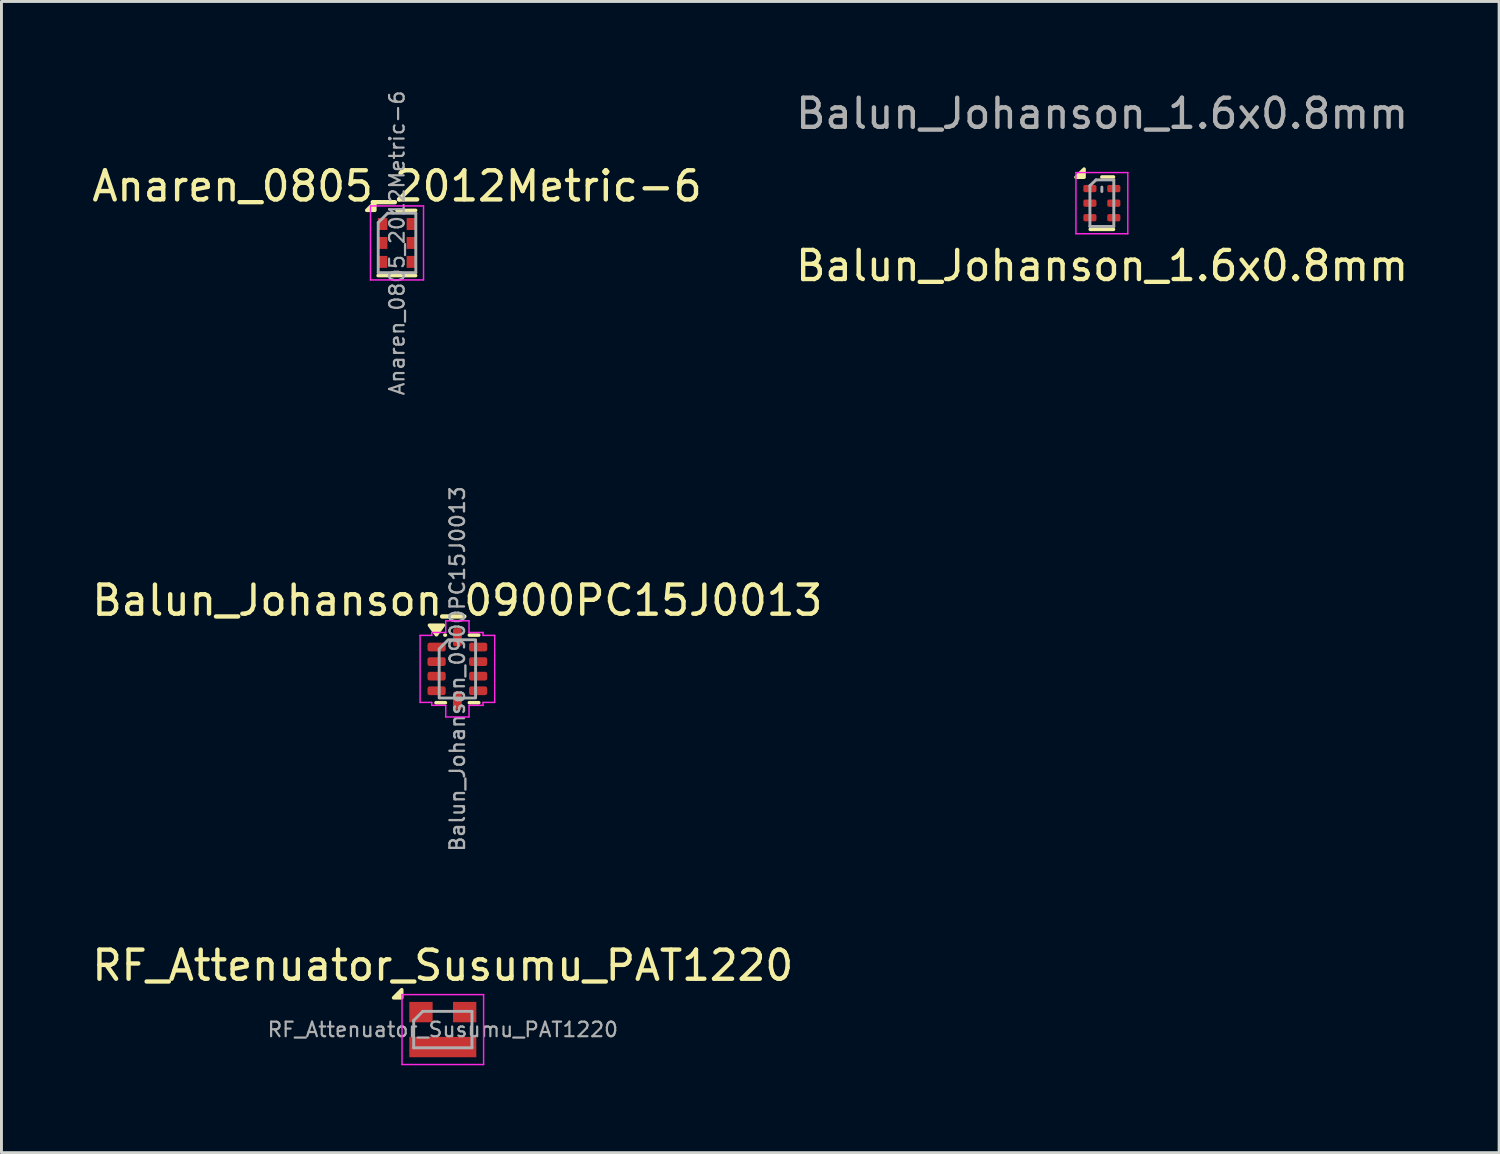
<source format=kicad_pcb>
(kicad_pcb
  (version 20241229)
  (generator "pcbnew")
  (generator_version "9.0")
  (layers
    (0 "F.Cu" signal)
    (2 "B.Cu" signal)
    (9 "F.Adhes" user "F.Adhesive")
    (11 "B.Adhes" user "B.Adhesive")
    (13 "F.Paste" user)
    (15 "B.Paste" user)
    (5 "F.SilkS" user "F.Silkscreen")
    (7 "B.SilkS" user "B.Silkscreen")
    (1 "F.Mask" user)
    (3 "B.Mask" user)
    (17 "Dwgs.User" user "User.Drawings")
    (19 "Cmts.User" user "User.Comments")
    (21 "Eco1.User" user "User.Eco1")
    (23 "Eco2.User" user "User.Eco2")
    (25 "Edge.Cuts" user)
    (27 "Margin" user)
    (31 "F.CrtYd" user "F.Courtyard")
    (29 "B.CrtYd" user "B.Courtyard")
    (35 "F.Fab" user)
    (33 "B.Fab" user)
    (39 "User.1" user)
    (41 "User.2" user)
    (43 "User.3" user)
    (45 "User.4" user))
  (footprint "Balun_Johanson_0900PC15J0013"
    (layer "F.Cu")
    (at 12.649 19.909)
    (property "Reference" "Balun_Johanson_0900PC15J0013" (at 0 -2.35 0) (layer "F.SilkS") (effects (font (size 1 1) (thickness 0.15))))
    (attr smd)
    (fp_line (start -0.431 -1.16) (end -0.41 -1.16) (stroke (width 0.12) (type solid)) (layer "F.SilkS"))
    (fp_line (start -0.41 1.16) (end -0.735 1.16) (stroke (width 0.12) (type solid)) (layer "F.SilkS"))
    (fp_line (start 0.41 -1.16) (end 0.735 -1.16) (stroke (width 0.12) (type solid)) (layer "F.SilkS"))
    (fp_line (start 0.735 1.16) (end 0.41 1.16) (stroke (width 0.12) (type solid)) (layer "F.SilkS"))
    (fp_poly (pts (xy -0.72 -1.17) (xy -0.96 -1.5) (xy -0.48 -1.5)) (stroke (width 0.12) (type solid)) (fill yes) (layer "F.SilkS"))
    (fp_line (start -1.28 -1.15) (end -0.88 -1.15) (stroke (width 0.05) (type solid)) (layer "F.CrtYd"))
    (fp_line (start -1.28 1.15) (end -1.28 -1.15) (stroke (width 0.05) (type solid)) (layer "F.CrtYd"))
    (fp_line (start -0.88 -1.25) (end -0.4 -1.25) (stroke (width 0.05) (type solid)) (layer "F.CrtYd"))
    (fp_line (start -0.88 -1.15) (end -0.88 -1.25) (stroke (width 0.05) (type solid)) (layer "F.CrtYd"))
    (fp_line (start -0.88 1.15) (end -1.28 1.15) (stroke (width 0.05) (type solid)) (layer "F.CrtYd"))
    (fp_line (start -0.88 1.25) (end -0.88 1.15) (stroke (width 0.05) (type solid)) (layer "F.CrtYd"))
    (fp_line (start -0.4 -1.65) (end 0.4 -1.65) (stroke (width 0.05) (type solid)) (layer "F.CrtYd"))
    (fp_line (start -0.4 -1.25) (end -0.4 -1.65) (stroke (width 0.05) (type solid)) (layer "F.CrtYd"))
    (fp_line (start -0.4 1.25) (end -0.88 1.25) (stroke (width 0.05) (type solid)) (layer "F.CrtYd"))
    (fp_line (start -0.4 1.65) (end -0.4 1.25) (stroke (width 0.05) (type solid)) (layer "F.CrtYd"))
    (fp_line (start 0.4 -1.65) (end 0.4 -1.25) (stroke (width 0.05) (type solid)) (layer "F.CrtYd"))
    (fp_line (start 0.4 -1.25) (end 0.88 -1.25) (stroke (width 0.05) (type solid)) (layer "F.CrtYd"))
    (fp_line (start 0.4 1.25) (end 0.4 1.65) (stroke (width 0.05) (type solid)) (layer "F.CrtYd"))
    (fp_line (start 0.4 1.65) (end -0.4 1.65) (stroke (width 0.05) (type solid)) (layer "F.CrtYd"))
    (fp_line (start 0.88 -1.25) (end 0.88 -1.15) (stroke (width 0.05) (type solid)) (layer "F.CrtYd"))
    (fp_line (start 0.88 -1.15) (end 1.28 -1.15) (stroke (width 0.05) (type solid)) (layer "F.CrtYd"))
    (fp_line (start 0.88 1.15) (end 0.88 1.25) (stroke (width 0.05) (type solid)) (layer "F.CrtYd"))
    (fp_line (start 0.88 1.25) (end 0.4 1.25) (stroke (width 0.05) (type solid)) (layer "F.CrtYd"))
    (fp_line (start 1.28 -1.15) (end 1.28 1.15) (stroke (width 0.05) (type solid)) (layer "F.CrtYd"))
    (fp_line (start 1.28 1.15) (end 0.88 1.15) (stroke (width 0.05) (type solid)) (layer "F.CrtYd"))
    (fp_poly (pts (xy -0.625 -0.688) (xy -0.625 1) (xy 0.625 1) (xy 0.625 -1) (xy -0.312 -1)) (stroke (width 0.1) (type solid)) (fill no) (layer "F.Fab"))
    (fp_text user "${REFERENCE}" (at 0 0 90) (layer "F.Fab") (effects (font (size 0.5 0.5) (thickness 0.08))))
    (pad "1" smd roundrect (at -0.713 -0.75) (size 0.625 0.3) (layers "F.Cu" "F.Mask" "F.Paste") (roundrect_rratio 0.25))
    (pad "2" smd roundrect (at -0.713 -0.25) (size 0.625 0.3) (layers "F.Cu" "F.Mask" "F.Paste") (roundrect_rratio 0.25))
    (pad "3" smd roundrect (at -0.713 0.25) (size 0.625 0.3) (layers "F.Cu" "F.Mask" "F.Paste") (roundrect_rratio 0.25))
    (pad "4" smd roundrect (at -0.713 0.75) (size 0.625 0.3) (layers "F.Cu" "F.Mask" "F.Paste") (roundrect_rratio 0.25))
    (pad "5" smd roundrect (at 0 1.087) (size 0.3 0.625) (layers "F.Cu" "F.Mask" "F.Paste") (roundrect_rratio 0.25))
    (pad "6" smd roundrect (at 0.713 0.75) (size 0.625 0.3) (layers "F.Cu" "F.Mask" "F.Paste") (roundrect_rratio 0.25))
    (pad "7" smd roundrect (at 0.713 0.25) (size 0.625 0.3) (layers "F.Cu" "F.Mask" "F.Paste") (roundrect_rratio 0.25))
    (pad "8" smd roundrect (at 0.713 -0.25) (size 0.625 0.3) (layers "F.Cu" "F.Mask" "F.Paste") (roundrect_rratio 0.25))
    (pad "9" smd roundrect (at 0.713 -0.75) (size 0.625 0.3) (layers "F.Cu" "F.Mask" "F.Paste") (roundrect_rratio 0.25))
    (pad "10" smd roundrect (at 0 -1.087) (size 0.3 0.625) (layers "F.Cu" "F.Mask" "F.Paste") (roundrect_rratio 0.25)))
  (footprint "Balun_Johanson_1.6x0.8mm"
    (layer "F.Cu")
    (at 34.77 3.923)
    (property "Reference" "Balun_Johanson_1.6x0.8mm" (at 0.01 2.15 0) (layer "F.SilkS") (effects (font (size 1 1) (thickness 0.15))))
    (attr smd)
    (fp_line (start -0.4 0.9) (end 0.4 0.9) (stroke (width 0.12) (type solid)) (layer "F.SilkS"))
    (fp_line (start 0 -0.9) (end 0.4 -0.9) (stroke (width 0.12) (type solid)) (layer "F.SilkS"))
    (fp_poly (pts (xy -0.61 -0.89) (xy -0.89 -0.89) (xy -0.61 -1.17) (xy -0.61 -0.89)) (stroke (width 0.12) (type solid)) (fill yes) (layer "F.SilkS"))
    (fp_line (start -0.89 -1.05) (end 0.89 -1.05) (stroke (width 0.05) (type solid)) (layer "F.CrtYd"))
    (fp_line (start -0.89 1.05) (end -0.89 -1.05) (stroke (width 0.05) (type solid)) (layer "F.CrtYd"))
    (fp_line (start 0.89 -1.05) (end 0.89 1.05) (stroke (width 0.05) (type solid)) (layer "F.CrtYd"))
    (fp_line (start 0.89 1.05) (end -0.89 1.05) (stroke (width 0.05) (type solid)) (layer "F.CrtYd"))
    (fp_line (start -0.41 -0.6) (end -0.41 0.8) (stroke (width 0.1) (type solid)) (layer "F.Fab"))
    (fp_line (start -0.41 -0.6) (end -0.2 -0.8) (stroke (width 0.1) (type solid)) (layer "F.Fab"))
    (fp_line (start -0.41 0.8) (end 0.41 0.8) (stroke (width 0.1) (type solid)) (layer "F.Fab"))
    (fp_line (start 0 -0.55) (end 0 -0.4) (stroke (width 0.1) (type solid)) (layer "F.Fab"))
    (fp_line (start 0.41 -0.8) (end -0.2 -0.8) (stroke (width 0.1) (type solid)) (layer "F.Fab"))
    (fp_line (start 0.41 0.8) (end 0.41 -0.8) (stroke (width 0.1) (type solid)) (layer "F.Fab"))
    (fp_text user "${REFERENCE}" (at 0.01 -3.075 0) (layer "F.Fab") (effects (font (size 1 1) (thickness 0.15))))
    (pad "1" smd roundrect (at -0.41 -0.5 180) (size 0.45 0.25) (layers "F.Cu" "F.Mask" "F.Paste") (roundrect_rratio 0.25))
    (pad "2" smd roundrect (at -0.41 0) (size 0.45 0.25) (layers "F.Cu" "F.Mask" "F.Paste") (roundrect_rratio 0.25))
    (pad "3" smd roundrect (at -0.41 0.5) (size 0.45 0.25) (layers "F.Cu" "F.Mask" "F.Paste") (roundrect_rratio 0.25))
    (pad "4" smd roundrect (at 0.41 0.5) (size 0.45 0.25) (layers "F.Cu" "F.Mask" "F.Paste") (roundrect_rratio 0.25))
    (pad "5" smd roundrect (at 0.41 0) (size 0.45 0.25) (layers "F.Cu" "F.Mask" "F.Paste") (roundrect_rratio 0.25))
    (pad "6" smd roundrect (at 0.41 -0.5) (size 0.45 0.25) (layers "F.Cu" "F.Mask" "F.Paste") (roundrect_rratio 0.25)))
  (footprint "RF_Attenuator_Susumu_PAT1220"
    (layer "F.Cu")
    (at 12.149 32.289)
    (property "Reference" "RF_Attenuator_Susumu_PAT1220" (at 0 -2.2 0) (layer "F.SilkS") (effects (font (size 1 1) (thickness 0.15))))
    (attr smd)
    (fp_poly (pts (xy -1.41 -1.09) (xy -1.69 -1.09) (xy -1.41 -1.37) (xy -1.41 -1.09)) (stroke (width 0.12) (type solid)) (fill yes) (layer "F.SilkS"))
    (fp_line (start -1.4 -1.2) (end 1.4 -1.2) (stroke (width 0.05) (type solid)) (layer "F.CrtYd"))
    (fp_line (start -1.4 1.2) (end -1.4 -1.2) (stroke (width 0.05) (type solid)) (layer "F.CrtYd"))
    (fp_line (start 1.4 -1.2) (end 1.4 1.2) (stroke (width 0.05) (type solid)) (layer "F.CrtYd"))
    (fp_line (start 1.4 1.2) (end -1.4 1.2) (stroke (width 0.05) (type solid)) (layer "F.CrtYd"))
    (fp_line (start -1 -0.312) (end -0.688 -0.625) (stroke (width 0.1) (type solid)) (layer "F.Fab"))
    (fp_line (start -1 0.625) (end -1 -0.312) (stroke (width 0.1) (type solid)) (layer "F.Fab"))
    (fp_line (start -0.688 -0.625) (end 1 -0.625) (stroke (width 0.1) (type solid)) (layer "F.Fab"))
    (fp_line (start 1 -0.625) (end 1 0.625) (stroke (width 0.1) (type solid)) (layer "F.Fab"))
    (fp_line (start 1 0.625) (end -1 0.625) (stroke (width 0.1) (type solid)) (layer "F.Fab"))
    (fp_text user "${REFERENCE}" (at 0 0 0) (layer "F.Fab") (effects (font (size 0.5 0.5) (thickness 0.075))))
    (pad "1" smd rect (at -0.75 -0.6) (size 0.8 0.7) (layers "F.Cu" "F.Mask" "F.Paste"))
    (pad "2" smd rect (at 0.75 -0.6) (size 0.8 0.7) (layers "F.Cu" "F.Mask" "F.Paste"))
    (pad "3" smd rect (at 0 0.6) (size 2.3 0.7) (layers "F.Cu" "F.Mask" "F.Paste")))
  (footprint "Anaren_0805_2012Metric-6"
    (layer "F.Cu")
    (at 10.577 5.289)
    (property "Reference" "Anaren_0805_2012Metric-6" (at 0 -1.95 0) (layer "F.SilkS") (effects (font (size 1 1) (thickness 0.15))))
    (attr smd)
    (fp_line (start -0.65 1.12) (end 0.64 1.12) (stroke (width 0.12) (type solid)) (layer "F.SilkS"))
    (fp_line (start -0.005 -1.12) (end 0.64 -1.12) (stroke (width 0.12) (type solid)) (layer "F.SilkS"))
    (fp_poly (pts (xy -0.76 -1.12) (xy -1.04 -1.12) (xy -0.76 -1.4) (xy -0.76 -1.12)) (stroke (width 0.12) (type solid)) (fill yes) (layer "F.SilkS"))
    (fp_line (start -0.91 -1.27) (end 0.91 -1.27) (stroke (width 0.05) (type solid)) (layer "F.CrtYd"))
    (fp_line (start -0.91 1.27) (end -0.91 -1.27) (stroke (width 0.05) (type solid)) (layer "F.CrtYd"))
    (fp_line (start 0.91 -1.27) (end 0.91 1.27) (stroke (width 0.05) (type solid)) (layer "F.CrtYd"))
    (fp_line (start 0.91 1.27) (end -0.91 1.27) (stroke (width 0.05) (type solid)) (layer "F.CrtYd"))
    (fp_line (start -0.645 -0.698) (end -0.645 1.02) (stroke (width 0.1) (type solid)) (layer "F.Fab"))
    (fp_line (start -0.645 -0.698) (end -0.323 -1.02) (stroke (width 0.1) (type solid)) (layer "F.Fab"))
    (fp_line (start -0.645 1.02) (end 0.645 1.02) (stroke (width 0.1) (type solid)) (layer "F.Fab"))
    (fp_line (start 0.645 -1.02) (end -0.323 -1.02) (stroke (width 0.1) (type solid)) (layer "F.Fab"))
    (fp_line (start 0.645 1.02) (end 0.645 -1.02) (stroke (width 0.1) (type solid)) (layer "F.Fab"))
    (fp_text user "${REFERENCE}" (at 0 0 90) (layer "F.Fab") (effects (font (size 0.5 0.5) (thickness 0.075))))
    (pad "1" smd rect (at -0.495 -0.65 270) (size 0.41 0.33) (layers "F.Cu" "F.Mask" "F.Paste"))
    (pad "2" smd rect (at -0.495 0 270) (size 0.41 0.33) (layers "F.Cu" "F.Mask" "F.Paste"))
    (pad "3" smd rect (at -0.495 0.65 270) (size 0.41 0.33) (layers "F.Cu" "F.Mask" "F.Paste"))
    (pad "4" smd rect (at 0.495 0.65 270) (size 0.41 0.33) (layers "F.Cu" "F.Mask" "F.Paste"))
    (pad "5" smd rect (at 0.495 0 270) (size 0.41 0.33) (layers "F.Cu" "F.Mask" "F.Paste"))
    (pad "6" smd rect (at 0.495 -0.65 270) (size 0.41 0.33) (layers "F.Cu" "F.Mask" "F.Paste")))
  (gr_rect
    (start -3 -3)
    (end 48.405 36.514)
    (stroke (width 0.1) (type default))
    (fill no)
    (layer "Edge.Cuts")))
</source>
